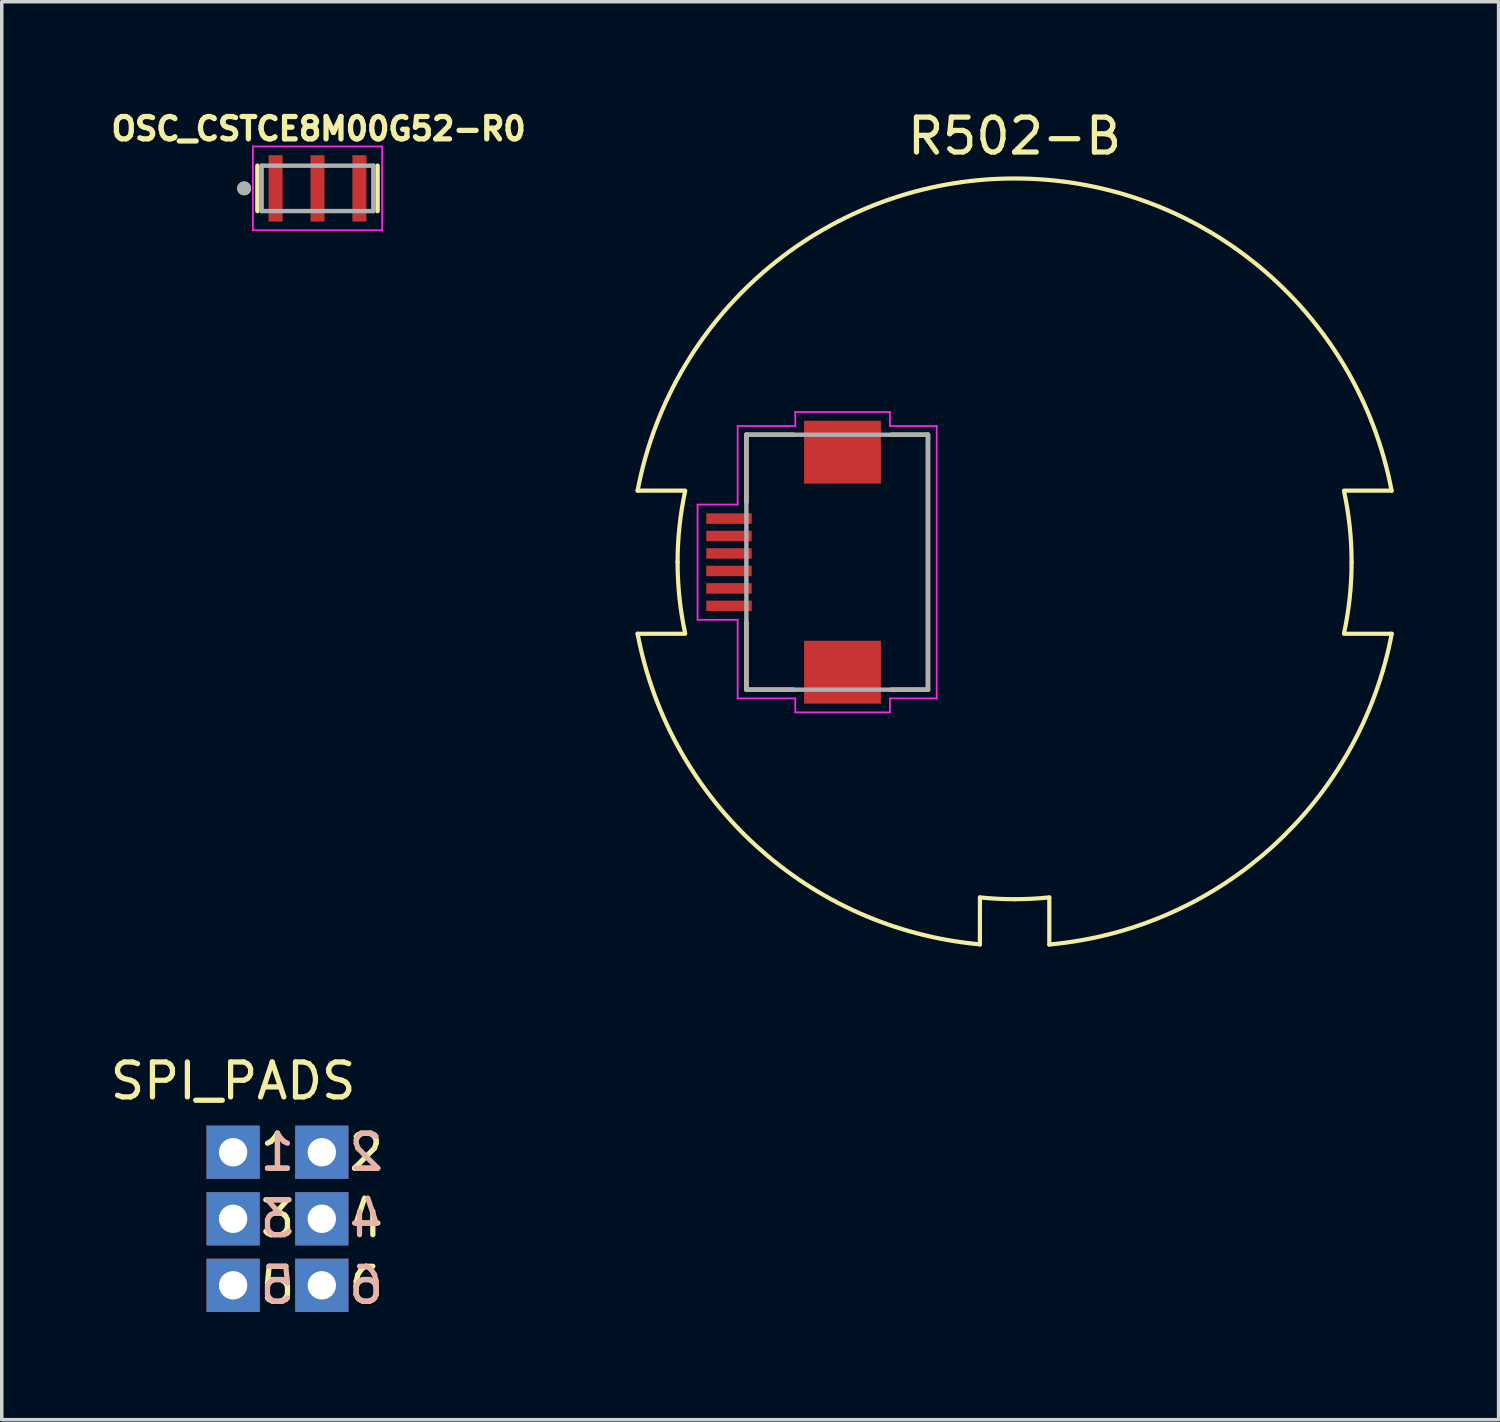
<source format=kicad_pcb>
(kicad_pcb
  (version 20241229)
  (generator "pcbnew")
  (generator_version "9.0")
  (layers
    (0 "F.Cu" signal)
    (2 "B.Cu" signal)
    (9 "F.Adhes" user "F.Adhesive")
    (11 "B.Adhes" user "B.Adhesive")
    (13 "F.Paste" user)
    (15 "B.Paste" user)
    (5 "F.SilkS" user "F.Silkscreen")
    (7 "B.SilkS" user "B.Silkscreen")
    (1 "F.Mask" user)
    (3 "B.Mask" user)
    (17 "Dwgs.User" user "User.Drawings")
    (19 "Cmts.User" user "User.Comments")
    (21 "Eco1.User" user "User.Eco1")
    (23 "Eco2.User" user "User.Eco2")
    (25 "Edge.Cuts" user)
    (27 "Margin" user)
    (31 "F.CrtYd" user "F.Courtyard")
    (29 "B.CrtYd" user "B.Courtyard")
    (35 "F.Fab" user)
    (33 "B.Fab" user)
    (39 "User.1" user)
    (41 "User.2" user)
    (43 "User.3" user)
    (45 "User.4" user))
  (footprint "R502-B"
    (layer "F.Cu")
    (at 26.002 0.348)
    (property "Reference" "R502-B" (at 0 0.5 0) (layer "F.SilkS") (effects (font (size 1 1) (thickness 0.15))))
    (attr through_hole)
    (fp_line (start -9.436 10.651) (end -10.795 10.651) (stroke (width 0.12) (type solid)) (layer "F.SilkS"))
    (fp_line (start -9.436 14.749) (end -10.795 14.749) (stroke (width 0.12) (type solid)) (layer "F.SilkS"))
    (fp_line (start -7.68 9.05) (end -7.68 10.98) (stroke (width 0.127) (type solid)) (layer "F.SilkS"))
    (fp_line (start -7.68 14.42) (end -7.68 16.35) (stroke (width 0.127) (type solid)) (layer "F.SilkS"))
    (fp_line (start -7.68 16.35) (end -6.33 16.35) (stroke (width 0.127) (type solid)) (layer "F.SilkS"))
    (fp_line (start -6.33 9.05) (end -7.68 9.05) (stroke (width 0.127) (type solid)) (layer "F.SilkS"))
    (fp_line (start -2.48 9.05) (end -3.53 9.05) (stroke (width 0.127) (type solid)) (layer "F.SilkS"))
    (fp_line (start -2.48 16.35) (end -3.53 16.35) (stroke (width 0.127) (type solid)) (layer "F.SilkS"))
    (fp_line (start -2.48 16.35) (end -2.48 9.05) (stroke (width 0.127) (type solid)) (layer "F.SilkS"))
    (fp_line (start -0.992 22.299) (end -0.994 23.647) (stroke (width 0.12) (type solid)) (layer "F.SilkS"))
    (fp_line (start 0.994 22.301) (end 0.994 23.647) (stroke (width 0.12) (type solid)) (layer "F.SilkS"))
    (fp_line (start 9.436 10.651) (end 10.795 10.651) (stroke (width 0.12) (type solid)) (layer "F.SilkS"))
    (fp_line (start 9.436 14.749) (end 10.795 14.749) (stroke (width 0.12) (type solid)) (layer "F.SilkS"))
    (fp_arc (start -10.794998 10.651348) (mid 0.000002 1.712327) (end 10.794999 10.651351) (stroke (width 0.12) (type solid)) (layer "F.SilkS"))
    (fp_arc (start -9.65 12.7) (mid -9.595361 11.674552) (end -9.432063 10.660716) (stroke (width 0.12) (type solid)) (layer "F.SilkS"))
    (fp_arc (start -9.432063 14.739284) (mid -9.595361 13.725448) (end -9.65 12.7) (stroke (width 0.12) (type solid)) (layer "F.SilkS"))
    (fp_arc (start -0.993775 23.64264) (mid -7.383737 20.836915) (end -10.794999 14.748649) (stroke (width 0.12) (type solid)) (layer "F.SilkS"))
    (fp_arc (start 0 22.35) (mid -0.496632 22.337212) (end -0.991948 22.298882) (stroke (width 0.12) (type solid)) (layer "F.SilkS"))
    (fp_arc (start 0.991948 22.298882) (mid 0.496632 22.337212) (end 0 22.35) (stroke (width 0.12) (type solid)) (layer "F.SilkS"))
    (fp_arc (start 9.432063 10.660716) (mid 9.595361 11.674552) (end 9.65 12.7) (stroke (width 0.12) (type solid)) (layer "F.SilkS"))
    (fp_arc (start 9.65 12.7) (mid 9.595361 13.725448) (end 9.432063 14.739284) (stroke (width 0.12) (type solid)) (layer "F.SilkS"))
    (fp_arc (start 10.799693 14.749542) (mid 7.386946 20.840456) (end 0.994205 23.647399) (stroke (width 0.12) (type solid)) (layer "F.SilkS"))
    (fp_line (start -9.078 11.05) (end -9.078 14.35) (stroke (width 0.05) (type solid)) (layer "F.CrtYd"))
    (fp_line (start -7.93 8.8) (end -7.93 11.05) (stroke (width 0.05) (type solid)) (layer "F.CrtYd"))
    (fp_line (start -7.93 11.05) (end -9.078 11.05) (stroke (width 0.05) (type solid)) (layer "F.CrtYd"))
    (fp_line (start -7.93 14.35) (end -9.078 14.35) (stroke (width 0.05) (type solid)) (layer "F.CrtYd"))
    (fp_line (start -7.93 16.6) (end -7.93 14.35) (stroke (width 0.05) (type solid)) (layer "F.CrtYd"))
    (fp_line (start -6.28 8.4) (end -6.28 8.8) (stroke (width 0.05) (type solid)) (layer "F.CrtYd"))
    (fp_line (start -6.28 8.8) (end -7.93 8.8) (stroke (width 0.05) (type solid)) (layer "F.CrtYd"))
    (fp_line (start -6.28 16.6) (end -7.93 16.6) (stroke (width 0.05) (type solid)) (layer "F.CrtYd"))
    (fp_line (start -6.28 17) (end -6.28 16.6) (stroke (width 0.05) (type solid)) (layer "F.CrtYd"))
    (fp_line (start -6.28 17) (end -3.57 17) (stroke (width 0.05) (type solid)) (layer "F.CrtYd"))
    (fp_line (start -3.57 8.4) (end -6.28 8.4) (stroke (width 0.05) (type solid)) (layer "F.CrtYd"))
    (fp_line (start -3.57 8.4) (end -3.57 8.8) (stroke (width 0.05) (type solid)) (layer "F.CrtYd"))
    (fp_line (start -3.57 8.8) (end -2.23 8.8) (stroke (width 0.05) (type solid)) (layer "F.CrtYd"))
    (fp_line (start -3.57 16.6) (end -2.23 16.6) (stroke (width 0.05) (type solid)) (layer "F.CrtYd"))
    (fp_line (start -3.57 17) (end -3.57 16.6) (stroke (width 0.05) (type solid)) (layer "F.CrtYd"))
    (fp_line (start -2.23 16.6) (end -2.23 8.8) (stroke (width 0.05) (type solid)) (layer "F.CrtYd"))
    (fp_line (start -7.68 9.05) (end -7.68 16.35) (stroke (width 0.127) (type solid)) (layer "F.Fab"))
    (fp_line (start -7.68 16.35) (end -2.48 16.35) (stroke (width 0.127) (type solid)) (layer "F.Fab"))
    (fp_line (start -2.48 9.05) (end -7.68 9.05) (stroke (width 0.127) (type solid)) (layer "F.Fab"))
    (fp_line (start -2.48 16.35) (end -2.48 9.05) (stroke (width 0.127) (type solid)) (layer "F.Fab"))
    (pad "1" smd rect (at -8.178 13.95 90) (size 0.3 1.3) (layers "F.Cu" "F.Mask" "F.Paste"))
    (pad "2" smd rect (at -8.178 13.45 90) (size 0.3 1.3) (layers "F.Cu" "F.Mask" "F.Paste"))
    (pad "2" smd rect (at -4.928 9.55 90) (size 1.8 2.2) (layers "F.Cu" "F.Mask" "F.Paste"))
    (pad "2" smd rect (at -4.928 15.85 90) (size 1.8 2.2) (layers "F.Cu" "F.Mask" "F.Paste"))
    (pad "3" smd rect (at -8.178 12.95 90) (size 0.3 1.3) (layers "F.Cu" "F.Mask" "F.Paste"))
    (pad "4" smd rect (at -8.178 12.45 90) (size 0.3 1.3) (layers "F.Cu" "F.Mask" "F.Paste"))
    (pad "5" smd rect (at -8.178 11.95 90) (size 0.3 1.3) (layers "F.Cu" "F.Mask" "F.Paste"))
    (pad "6" smd rect (at -8.178 11.45 90) (size 0.3 1.3) (layers "F.Cu" "F.Mask" "F.Paste")))
  (footprint "SPI_PADS"
    (layer "F.Cu")
    (at 3.625 27.404)
    (property "Reference" "SPI_PADS" (at 0 0.5 0) (layer "F.SilkS") (effects (font (size 1 1) (thickness 0.15))))
    (attr through_hole)
    (fp_text user "5" (at 1.27 6.35 0) (layer "F.SilkS") (effects (font (size 1 1) (thickness 0.15))))
    (fp_text user "6" (at 3.81 6.35 0) (layer "F.SilkS") (effects (font (size 1 1) (thickness 0.15))))
    (fp_text user "2" (at 3.81 2.54 0) (layer "F.SilkS") (effects (font (size 1 1) (thickness 0.15))))
    (fp_text user "3" (at 1.27 4.445 0) (layer "F.SilkS") (effects (font (size 1 1) (thickness 0.15))))
    (fp_text user "4" (at 3.81 4.445 0) (layer "F.SilkS") (effects (font (size 1 1) (thickness 0.15))))
    (fp_text user "1" (at 1.27 2.54 0) (layer "F.SilkS") (effects (font (size 1 1) (thickness 0.15))))
    (fp_text user "6" (at 3.81 6.35 0) (layer "B.SilkS") (effects (font (size 1 1) (thickness 0.15)) (justify mirror)))
    (fp_text user "5" (at 1.27 6.35 0) (layer "B.SilkS") (effects (font (size 1 1) (thickness 0.15)) (justify mirror)))
    (fp_text user "4" (at 3.81 4.445 0) (layer "B.SilkS") (effects (font (size 1 1) (thickness 0.15)) (justify mirror)))
    (fp_text user "3" (at 1.27 4.445 0) (layer "B.SilkS") (effects (font (size 1 1) (thickness 0.15)) (justify mirror)))
    (fp_text user "2" (at 3.81 2.54 0) (layer "B.SilkS") (effects (font (size 1 1) (thickness 0.15)) (justify mirror)))
    (fp_text user "1" (at 1.27 2.54 0) (layer "B.SilkS") (effects (font (size 1 1) (thickness 0.15)) (justify mirror)))
    (pad "1" thru_hole rect (at 0 2.54) (size 1.524 1.524) (drill 0.813) (layers "*.Cu" "*.Mask"))
    (pad "2" thru_hole rect (at 2.54 2.54) (size 1.524 1.524) (drill 0.813) (layers "*.Cu" "*.Mask"))
    (pad "3" thru_hole rect (at 0 4.445) (size 1.524 1.524) (drill 0.813) (layers "*.Cu" "*.Mask"))
    (pad "4" thru_hole rect (at 2.54 4.445) (size 1.524 1.524) (drill 0.813) (layers "*.Cu" "*.Mask"))
    (pad "5" thru_hole rect (at 0 6.35) (size 1.524 1.524) (drill 0.813) (layers "*.Cu" "*.Mask"))
    (pad "6" thru_hole rect (at 2.54 6.35) (size 1.524 1.524) (drill 0.813) (layers "*.Cu" "*.Mask")))
  (footprint "OSC_CSTCE8M00G52-R0"
    (layer "F.Cu")
    (at 6.041 2.344)
    (property "Reference" "OSC_CSTCE8M00G52-R0" (at 0.032 -1.706 0) (layer "F.SilkS") (effects (font (size 0.64 0.64) (thickness 0.15))))
    (attr through_hole)
    (fp_line (start -1.72 0.65) (end -1.72 -0.65) (stroke (width 0.127) (type solid)) (layer "F.SilkS"))
    (fp_line (start 1.72 0.65) (end 1.72 -0.65) (stroke (width 0.127) (type solid)) (layer "F.SilkS"))
    (fp_circle (center -2.1 0) (end -2 0) (stroke (width 0.2) (type solid)) (fill no) (layer "F.SilkS"))
    (fp_line (start -1.85 -1.2) (end 1.85 -1.2) (stroke (width 0.05) (type solid)) (layer "F.CrtYd"))
    (fp_line (start -1.85 1.2) (end -1.85 -1.2) (stroke (width 0.05) (type solid)) (layer "F.CrtYd"))
    (fp_line (start 1.85 -1.2) (end 1.85 1.2) (stroke (width 0.05) (type solid)) (layer "F.CrtYd"))
    (fp_line (start 1.85 1.2) (end -1.85 1.2) (stroke (width 0.05) (type solid)) (layer "F.CrtYd"))
    (fp_line (start -1.6 -0.65) (end 1.6 -0.65) (stroke (width 0.127) (type solid)) (layer "F.Fab"))
    (fp_line (start -1.6 0.65) (end -1.6 -0.65) (stroke (width 0.127) (type solid)) (layer "F.Fab"))
    (fp_line (start 1.6 -0.65) (end 1.6 0.65) (stroke (width 0.127) (type solid)) (layer "F.Fab"))
    (fp_line (start 1.6 0.65) (end -1.6 0.65) (stroke (width 0.127) (type solid)) (layer "F.Fab"))
    (fp_circle (center -2.1 0) (end -2 0) (stroke (width 0.2) (type solid)) (fill no) (layer "F.Fab"))
    (pad "1" smd rect (at -1.2 0) (size 0.4 1.9) (layers "F.Cu" "F.Mask" "F.Paste"))
    (pad "2" smd rect (at 0 0) (size 0.4 1.9) (layers "F.Cu" "F.Mask" "F.Paste"))
    (pad "3" smd rect (at 1.2 0) (size 0.4 1.9) (layers "F.Cu" "F.Mask" "F.Paste")))
  (gr_rect
    (start -3 -3)
    (end 39.861 37.602)
    (stroke (width 0.1) (type default))
    (fill no)
    (layer "Edge.Cuts")))
</source>
